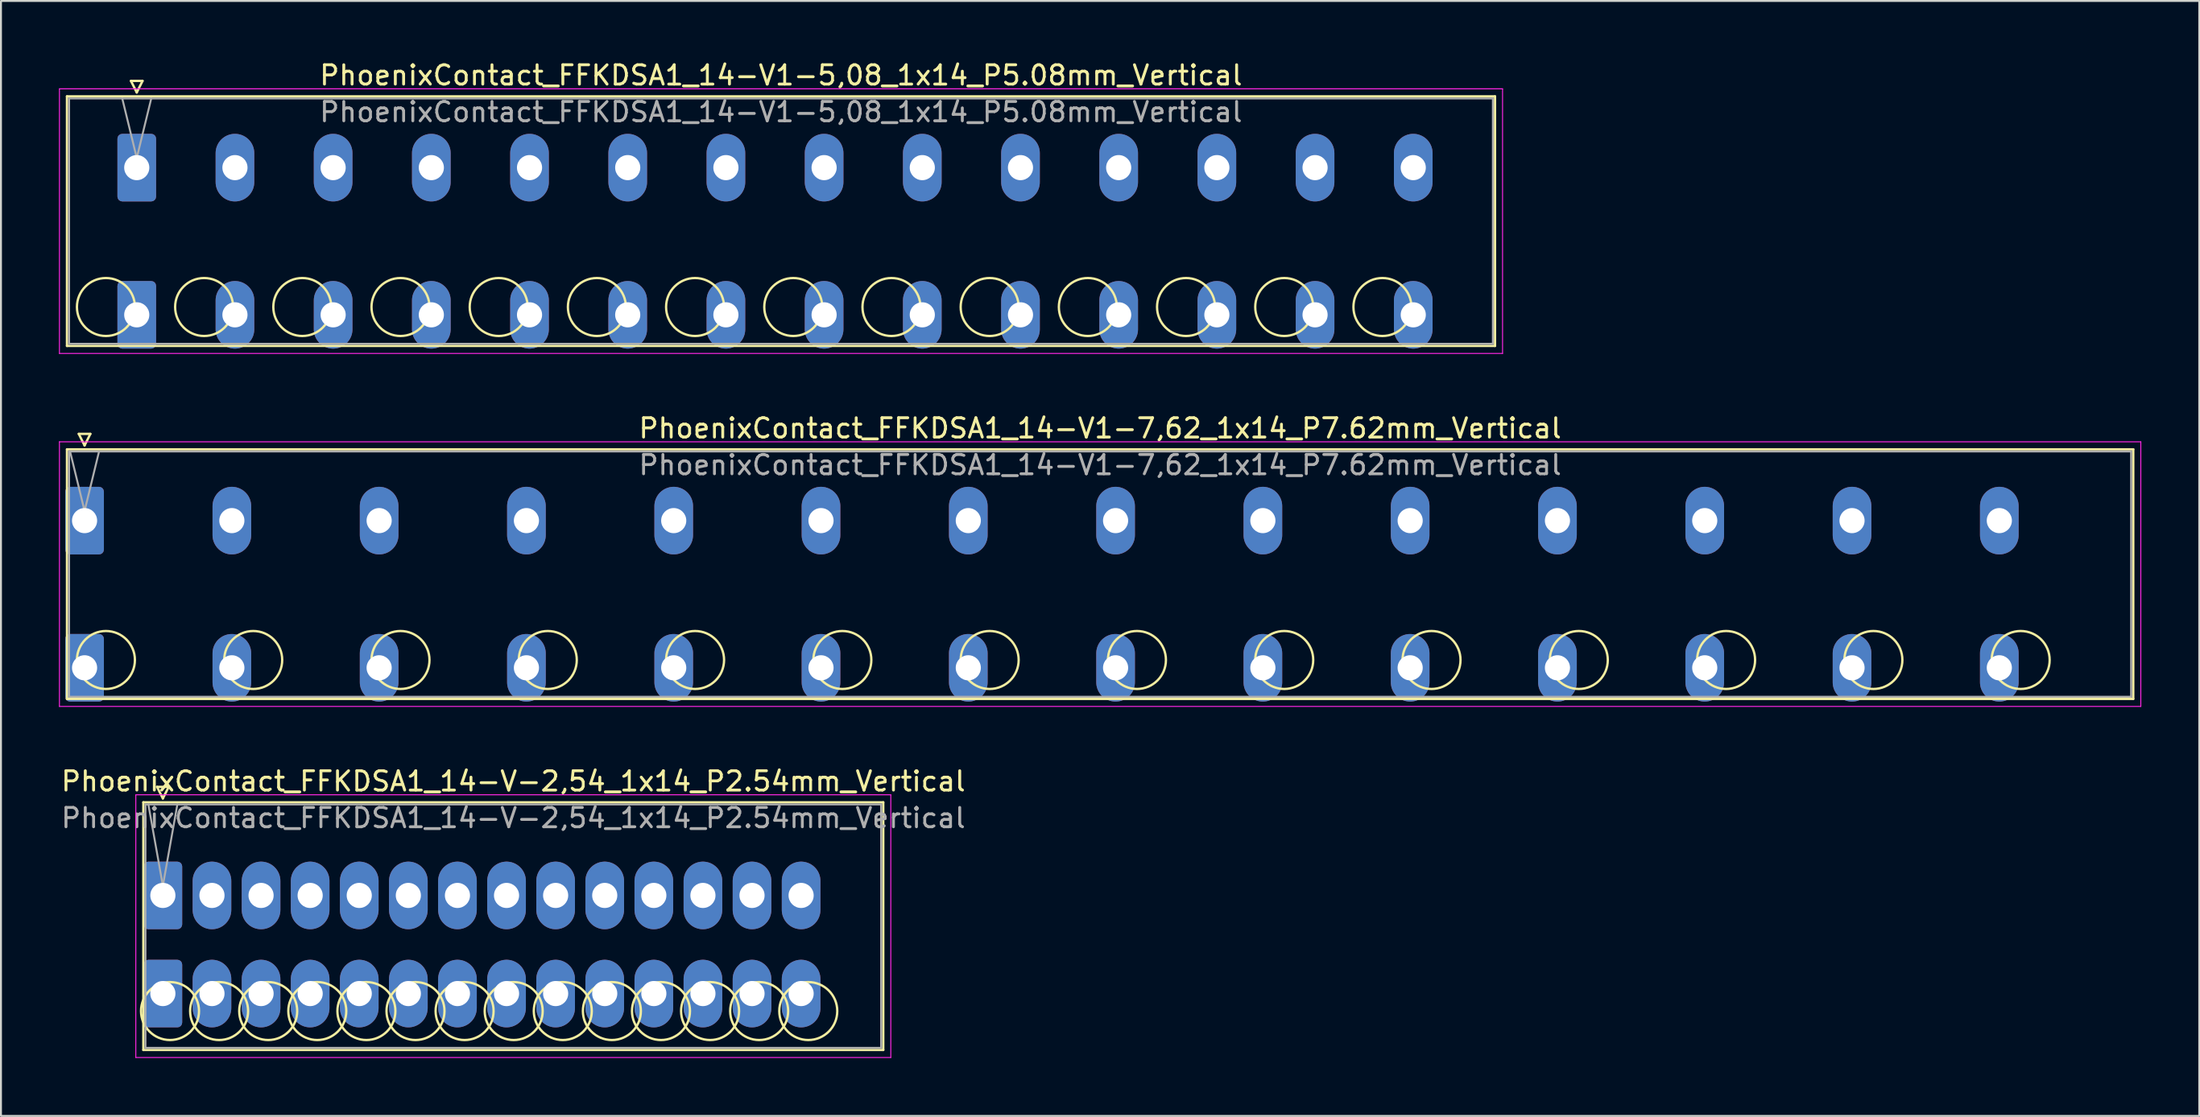
<source format=kicad_pcb>
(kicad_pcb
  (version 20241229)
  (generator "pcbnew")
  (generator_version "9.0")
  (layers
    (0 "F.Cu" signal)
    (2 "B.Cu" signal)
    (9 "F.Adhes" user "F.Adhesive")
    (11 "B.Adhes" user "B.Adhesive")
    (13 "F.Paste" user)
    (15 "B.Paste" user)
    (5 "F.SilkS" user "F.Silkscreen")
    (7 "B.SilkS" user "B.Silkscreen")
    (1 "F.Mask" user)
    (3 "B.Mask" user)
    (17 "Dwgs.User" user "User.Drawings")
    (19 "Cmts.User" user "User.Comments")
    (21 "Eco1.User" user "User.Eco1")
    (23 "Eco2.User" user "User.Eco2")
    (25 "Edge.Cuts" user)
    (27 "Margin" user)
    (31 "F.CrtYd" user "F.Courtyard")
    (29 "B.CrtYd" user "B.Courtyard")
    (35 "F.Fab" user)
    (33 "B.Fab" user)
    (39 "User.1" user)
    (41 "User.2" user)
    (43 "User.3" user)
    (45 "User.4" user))
  (footprint "PhoenixContact_FFKDSA1_14-V1-5,08_1x14_P5.08mm_Vertical"
    (layer "F.Cu")
    (at 4.025 5.628)
    (property "Reference" "PhoenixContact_FFKDSA1_14-V1-5,08_1x14_P5.08mm_Vertical" (at 33.33 -4.78 0) (layer "F.SilkS") (effects (font (size 1 1) (thickness 0.15))))
    (attr through_hole)
    (fp_line (start -3.61 -3.69) (end -3.61 9.23) (stroke (width 0.12) (type solid)) (layer "F.SilkS"))
    (fp_line (start -3.61 9.23) (end 70.27 9.23) (stroke (width 0.12) (type solid)) (layer "F.SilkS"))
    (fp_line (start -0.3 -4.49) (end 0.3 -4.49) (stroke (width 0.12) (type solid)) (layer "F.SilkS"))
    (fp_line (start 0 -3.89) (end -0.3 -4.49) (stroke (width 0.12) (type solid)) (layer "F.SilkS"))
    (fp_line (start 0.3 -4.49) (end 0 -3.89) (stroke (width 0.12) (type solid)) (layer "F.SilkS"))
    (fp_line (start 70.27 -3.69) (end -3.61 -3.69) (stroke (width 0.12) (type solid)) (layer "F.SilkS"))
    (fp_line (start 70.27 9.23) (end 70.27 -3.69) (stroke (width 0.12) (type solid)) (layer "F.SilkS"))
    (fp_circle (center -1.595 7.215) (end -0.095 7.215) (stroke (width 0.12) (type solid)) (fill no) (layer "F.SilkS"))
    (fp_circle (center 3.485 7.215) (end 4.985 7.215) (stroke (width 0.12) (type solid)) (fill no) (layer "F.SilkS"))
    (fp_circle (center 8.565 7.215) (end 10.065 7.215) (stroke (width 0.12) (type solid)) (fill no) (layer "F.SilkS"))
    (fp_circle (center 13.645 7.215) (end 15.145 7.215) (stroke (width 0.12) (type solid)) (fill no) (layer "F.SilkS"))
    (fp_circle (center 18.725 7.215) (end 20.225 7.215) (stroke (width 0.12) (type solid)) (fill no) (layer "F.SilkS"))
    (fp_circle (center 23.805 7.215) (end 25.305 7.215) (stroke (width 0.12) (type solid)) (fill no) (layer "F.SilkS"))
    (fp_circle (center 28.885 7.215) (end 30.385 7.215) (stroke (width 0.12) (type solid)) (fill no) (layer "F.SilkS"))
    (fp_circle (center 33.965 7.215) (end 35.465 7.215) (stroke (width 0.12) (type solid)) (fill no) (layer "F.SilkS"))
    (fp_circle (center 39.045 7.215) (end 40.545 7.215) (stroke (width 0.12) (type solid)) (fill no) (layer "F.SilkS"))
    (fp_circle (center 44.125 7.215) (end 45.625 7.215) (stroke (width 0.12) (type solid)) (fill no) (layer "F.SilkS"))
    (fp_circle (center 49.205 7.215) (end 50.705 7.215) (stroke (width 0.12) (type solid)) (fill no) (layer "F.SilkS"))
    (fp_circle (center 54.285 7.215) (end 55.785 7.215) (stroke (width 0.12) (type solid)) (fill no) (layer "F.SilkS"))
    (fp_circle (center 59.365 7.215) (end 60.865 7.215) (stroke (width 0.12) (type solid)) (fill no) (layer "F.SilkS"))
    (fp_circle (center 64.445 7.215) (end 65.945 7.215) (stroke (width 0.12) (type solid)) (fill no) (layer "F.SilkS"))
    (fp_line (start -4 -4.08) (end -4 9.62) (stroke (width 0.05) (type solid)) (layer "F.CrtYd"))
    (fp_line (start -4 9.62) (end 70.66 9.62) (stroke (width 0.05) (type solid)) (layer "F.CrtYd"))
    (fp_line (start 70.66 -4.08) (end -4 -4.08) (stroke (width 0.05) (type solid)) (layer "F.CrtYd"))
    (fp_line (start 70.66 9.62) (end 70.66 -4.08) (stroke (width 0.05) (type solid)) (layer "F.CrtYd"))
    (fp_line (start -3.5 -3.58) (end -3.5 9.12) (stroke (width 0.1) (type solid)) (layer "F.Fab"))
    (fp_line (start -3.5 9.12) (end 70.16 9.12) (stroke (width 0.1) (type solid)) (layer "F.Fab"))
    (fp_line (start 0 -0.5) (end -0.75 -3.58) (stroke (width 0.1) (type solid)) (layer "F.Fab"))
    (fp_line (start 0.75 -3.58) (end 0 -0.5) (stroke (width 0.1) (type solid)) (layer "F.Fab"))
    (fp_line (start 70.16 -3.58) (end -3.5 -3.58) (stroke (width 0.1) (type solid)) (layer "F.Fab"))
    (fp_line (start 70.16 9.12) (end 70.16 -3.58) (stroke (width 0.1) (type solid)) (layer "F.Fab"))
    (fp_text user "${REFERENCE}" (at 33.33 -2.88 0) (layer "F.Fab") (effects (font (size 1 1) (thickness 0.15))))
    (pad "1" thru_hole roundrect (at 0 0) (size 2 3.5) (drill 1.3) (layers "*.Cu" "*.Mask") (roundrect_rratio 0.125))
    (pad "1" thru_hole roundrect (at 0 7.62) (size 2 3.5) (drill 1.3) (layers "*.Cu" "*.Mask") (roundrect_rratio 0.125))
    (pad "2" thru_hole oval (at 5.08 0) (size 2 3.5) (drill 1.3) (layers "*.Cu" "*.Mask"))
    (pad "2" thru_hole oval (at 5.08 7.62) (size 2 3.5) (drill 1.3) (layers "*.Cu" "*.Mask"))
    (pad "3" thru_hole oval (at 10.16 0) (size 2 3.5) (drill 1.3) (layers "*.Cu" "*.Mask"))
    (pad "3" thru_hole oval (at 10.16 7.62) (size 2 3.5) (drill 1.3) (layers "*.Cu" "*.Mask"))
    (pad "4" thru_hole oval (at 15.24 0) (size 2 3.5) (drill 1.3) (layers "*.Cu" "*.Mask"))
    (pad "4" thru_hole oval (at 15.24 7.62) (size 2 3.5) (drill 1.3) (layers "*.Cu" "*.Mask"))
    (pad "5" thru_hole oval (at 20.32 0) (size 2 3.5) (drill 1.3) (layers "*.Cu" "*.Mask"))
    (pad "5" thru_hole oval (at 20.32 7.62) (size 2 3.5) (drill 1.3) (layers "*.Cu" "*.Mask"))
    (pad "6" thru_hole oval (at 25.4 0) (size 2 3.5) (drill 1.3) (layers "*.Cu" "*.Mask"))
    (pad "6" thru_hole oval (at 25.4 7.62) (size 2 3.5) (drill 1.3) (layers "*.Cu" "*.Mask"))
    (pad "7" thru_hole oval (at 30.48 0) (size 2 3.5) (drill 1.3) (layers "*.Cu" "*.Mask"))
    (pad "7" thru_hole oval (at 30.48 7.62) (size 2 3.5) (drill 1.3) (layers "*.Cu" "*.Mask"))
    (pad "8" thru_hole oval (at 35.56 0) (size 2 3.5) (drill 1.3) (layers "*.Cu" "*.Mask"))
    (pad "8" thru_hole oval (at 35.56 7.62) (size 2 3.5) (drill 1.3) (layers "*.Cu" "*.Mask"))
    (pad "9" thru_hole oval (at 40.64 0) (size 2 3.5) (drill 1.3) (layers "*.Cu" "*.Mask"))
    (pad "9" thru_hole oval (at 40.64 7.62) (size 2 3.5) (drill 1.3) (layers "*.Cu" "*.Mask"))
    (pad "10" thru_hole oval (at 45.72 0) (size 2 3.5) (drill 1.3) (layers "*.Cu" "*.Mask"))
    (pad "10" thru_hole oval (at 45.72 7.62) (size 2 3.5) (drill 1.3) (layers "*.Cu" "*.Mask"))
    (pad "11" thru_hole oval (at 50.8 0) (size 2 3.5) (drill 1.3) (layers "*.Cu" "*.Mask"))
    (pad "11" thru_hole oval (at 50.8 7.62) (size 2 3.5) (drill 1.3) (layers "*.Cu" "*.Mask"))
    (pad "12" thru_hole oval (at 55.88 0) (size 2 3.5) (drill 1.3) (layers "*.Cu" "*.Mask"))
    (pad "12" thru_hole oval (at 55.88 7.62) (size 2 3.5) (drill 1.3) (layers "*.Cu" "*.Mask"))
    (pad "13" thru_hole oval (at 60.96 0) (size 2 3.5) (drill 1.3) (layers "*.Cu" "*.Mask"))
    (pad "13" thru_hole oval (at 60.96 7.62) (size 2 3.5) (drill 1.3) (layers "*.Cu" "*.Mask"))
    (pad "14" thru_hole oval (at 66.04 0) (size 2 3.5) (drill 1.3) (layers "*.Cu" "*.Mask"))
    (pad "14" thru_hole oval (at 66.04 7.62) (size 2 3.5) (drill 1.3) (layers "*.Cu" "*.Mask")))
  (footprint "PhoenixContact_FFKDSA1_14-V1-7,62_1x14_P7.62mm_Vertical"
    (layer "F.Cu")
    (at 1.325 23.901)
    (property "Reference" "PhoenixContact_FFKDSA1_14-V1-7,62_1x14_P7.62mm_Vertical" (at 52.54 -4.78 0) (layer "F.SilkS") (effects (font (size 1 1) (thickness 0.15))))
    (attr through_hole)
    (fp_line (start -0.91 -3.69) (end -0.91 9.23) (stroke (width 0.12) (type solid)) (layer "F.SilkS"))
    (fp_line (start -0.91 9.23) (end 105.99 9.23) (stroke (width 0.12) (type solid)) (layer "F.SilkS"))
    (fp_line (start -0.3 -4.49) (end 0.3 -4.49) (stroke (width 0.12) (type solid)) (layer "F.SilkS"))
    (fp_line (start 0 -3.89) (end -0.3 -4.49) (stroke (width 0.12) (type solid)) (layer "F.SilkS"))
    (fp_line (start 0.3 -4.49) (end 0 -3.89) (stroke (width 0.12) (type solid)) (layer "F.SilkS"))
    (fp_line (start 105.99 -3.69) (end -0.91 -3.69) (stroke (width 0.12) (type solid)) (layer "F.SilkS"))
    (fp_line (start 105.99 9.23) (end 105.99 -3.69) (stroke (width 0.12) (type solid)) (layer "F.SilkS"))
    (fp_circle (center 1.105 7.215) (end 2.605 7.215) (stroke (width 0.12) (type solid)) (fill no) (layer "F.SilkS"))
    (fp_circle (center 8.725 7.215) (end 10.225 7.215) (stroke (width 0.12) (type solid)) (fill no) (layer "F.SilkS"))
    (fp_circle (center 16.345 7.215) (end 17.845 7.215) (stroke (width 0.12) (type solid)) (fill no) (layer "F.SilkS"))
    (fp_circle (center 23.965 7.215) (end 25.465 7.215) (stroke (width 0.12) (type solid)) (fill no) (layer "F.SilkS"))
    (fp_circle (center 31.585 7.215) (end 33.085 7.215) (stroke (width 0.12) (type solid)) (fill no) (layer "F.SilkS"))
    (fp_circle (center 39.205 7.215) (end 40.705 7.215) (stroke (width 0.12) (type solid)) (fill no) (layer "F.SilkS"))
    (fp_circle (center 46.825 7.215) (end 48.325 7.215) (stroke (width 0.12) (type solid)) (fill no) (layer "F.SilkS"))
    (fp_circle (center 54.445 7.215) (end 55.945 7.215) (stroke (width 0.12) (type solid)) (fill no) (layer "F.SilkS"))
    (fp_circle (center 62.065 7.215) (end 63.565 7.215) (stroke (width 0.12) (type solid)) (fill no) (layer "F.SilkS"))
    (fp_circle (center 69.685 7.215) (end 71.185 7.215) (stroke (width 0.12) (type solid)) (fill no) (layer "F.SilkS"))
    (fp_circle (center 77.305 7.215) (end 78.805 7.215) (stroke (width 0.12) (type solid)) (fill no) (layer "F.SilkS"))
    (fp_circle (center 84.925 7.215) (end 86.425 7.215) (stroke (width 0.12) (type solid)) (fill no) (layer "F.SilkS"))
    (fp_circle (center 92.545 7.215) (end 94.045 7.215) (stroke (width 0.12) (type solid)) (fill no) (layer "F.SilkS"))
    (fp_circle (center 100.165 7.215) (end 101.665 7.215) (stroke (width 0.12) (type solid)) (fill no) (layer "F.SilkS"))
    (fp_line (start -1.3 -4.08) (end -1.3 9.62) (stroke (width 0.05) (type solid)) (layer "F.CrtYd"))
    (fp_line (start -1.3 9.62) (end 106.38 9.62) (stroke (width 0.05) (type solid)) (layer "F.CrtYd"))
    (fp_line (start 106.38 -4.08) (end -1.3 -4.08) (stroke (width 0.05) (type solid)) (layer "F.CrtYd"))
    (fp_line (start 106.38 9.62) (end 106.38 -4.08) (stroke (width 0.05) (type solid)) (layer "F.CrtYd"))
    (fp_line (start -0.8 -3.58) (end -0.8 9.12) (stroke (width 0.1) (type solid)) (layer "F.Fab"))
    (fp_line (start -0.8 9.12) (end 105.88 9.12) (stroke (width 0.1) (type solid)) (layer "F.Fab"))
    (fp_line (start 0 -0.5) (end -0.75 -3.58) (stroke (width 0.1) (type solid)) (layer "F.Fab"))
    (fp_line (start 0.75 -3.58) (end 0 -0.5) (stroke (width 0.1) (type solid)) (layer "F.Fab"))
    (fp_line (start 105.88 -3.58) (end -0.8 -3.58) (stroke (width 0.1) (type solid)) (layer "F.Fab"))
    (fp_line (start 105.88 9.12) (end 105.88 -3.58) (stroke (width 0.1) (type solid)) (layer "F.Fab"))
    (fp_text user "${REFERENCE}" (at 52.54 -2.88 0) (layer "F.Fab") (effects (font (size 1 1) (thickness 0.15))))
    (pad "1" thru_hole roundrect (at 0 0) (size 2 3.5) (drill 1.3) (layers "*.Cu" "*.Mask") (roundrect_rratio 0.125))
    (pad "1" thru_hole roundrect (at 0 7.62) (size 2 3.5) (drill 1.3) (layers "*.Cu" "*.Mask") (roundrect_rratio 0.125))
    (pad "2" thru_hole oval (at 7.62 0) (size 2 3.5) (drill 1.3) (layers "*.Cu" "*.Mask"))
    (pad "2" thru_hole oval (at 7.62 7.62) (size 2 3.5) (drill 1.3) (layers "*.Cu" "*.Mask"))
    (pad "3" thru_hole oval (at 15.24 0) (size 2 3.5) (drill 1.3) (layers "*.Cu" "*.Mask"))
    (pad "3" thru_hole oval (at 15.24 7.62) (size 2 3.5) (drill 1.3) (layers "*.Cu" "*.Mask"))
    (pad "4" thru_hole oval (at 22.86 0) (size 2 3.5) (drill 1.3) (layers "*.Cu" "*.Mask"))
    (pad "4" thru_hole oval (at 22.86 7.62) (size 2 3.5) (drill 1.3) (layers "*.Cu" "*.Mask"))
    (pad "5" thru_hole oval (at 30.48 0) (size 2 3.5) (drill 1.3) (layers "*.Cu" "*.Mask"))
    (pad "5" thru_hole oval (at 30.48 7.62) (size 2 3.5) (drill 1.3) (layers "*.Cu" "*.Mask"))
    (pad "6" thru_hole oval (at 38.1 0) (size 2 3.5) (drill 1.3) (layers "*.Cu" "*.Mask"))
    (pad "6" thru_hole oval (at 38.1 7.62) (size 2 3.5) (drill 1.3) (layers "*.Cu" "*.Mask"))
    (pad "7" thru_hole oval (at 45.72 0) (size 2 3.5) (drill 1.3) (layers "*.Cu" "*.Mask"))
    (pad "7" thru_hole oval (at 45.72 7.62) (size 2 3.5) (drill 1.3) (layers "*.Cu" "*.Mask"))
    (pad "8" thru_hole oval (at 53.34 0) (size 2 3.5) (drill 1.3) (layers "*.Cu" "*.Mask"))
    (pad "8" thru_hole oval (at 53.34 7.62) (size 2 3.5) (drill 1.3) (layers "*.Cu" "*.Mask"))
    (pad "9" thru_hole oval (at 60.96 0) (size 2 3.5) (drill 1.3) (layers "*.Cu" "*.Mask"))
    (pad "9" thru_hole oval (at 60.96 7.62) (size 2 3.5) (drill 1.3) (layers "*.Cu" "*.Mask"))
    (pad "10" thru_hole oval (at 68.58 0) (size 2 3.5) (drill 1.3) (layers "*.Cu" "*.Mask"))
    (pad "10" thru_hole oval (at 68.58 7.62) (size 2 3.5) (drill 1.3) (layers "*.Cu" "*.Mask"))
    (pad "11" thru_hole oval (at 76.2 0) (size 2 3.5) (drill 1.3) (layers "*.Cu" "*.Mask"))
    (pad "11" thru_hole oval (at 76.2 7.62) (size 2 3.5) (drill 1.3) (layers "*.Cu" "*.Mask"))
    (pad "12" thru_hole oval (at 83.82 0) (size 2 3.5) (drill 1.3) (layers "*.Cu" "*.Mask"))
    (pad "12" thru_hole oval (at 83.82 7.62) (size 2 3.5) (drill 1.3) (layers "*.Cu" "*.Mask"))
    (pad "13" thru_hole oval (at 91.44 0) (size 2 3.5) (drill 1.3) (layers "*.Cu" "*.Mask"))
    (pad "13" thru_hole oval (at 91.44 7.62) (size 2 3.5) (drill 1.3) (layers "*.Cu" "*.Mask"))
    (pad "14" thru_hole oval (at 99.06 0) (size 2 3.5) (drill 1.3) (layers "*.Cu" "*.Mask"))
    (pad "14" thru_hole oval (at 99.06 7.62) (size 2 3.5) (drill 1.3) (layers "*.Cu" "*.Mask")))
  (footprint "PhoenixContact_FFKDSA1_14-V-2,54_1x14_P2.54mm_Vertical"
    (layer "F.Cu")
    (at 5.376 43.305)
    (property "Reference" "PhoenixContact_FFKDSA1_14-V-2,54_1x14_P2.54mm_Vertical" (at 18.13 -5.91 0) (layer "F.SilkS") (effects (font (size 1 1) (thickness 0.15))))
    (attr through_hole)
    (fp_line (start -1.01 -4.82) (end -1.01 8) (stroke (width 0.12) (type solid)) (layer "F.SilkS"))
    (fp_line (start -1.01 8) (end 37.27 8) (stroke (width 0.12) (type solid)) (layer "F.SilkS"))
    (fp_line (start -0.3 -5.62) (end 0.3 -5.62) (stroke (width 0.12) (type solid)) (layer "F.SilkS"))
    (fp_line (start 0 -5.02) (end -0.3 -5.62) (stroke (width 0.12) (type solid)) (layer "F.SilkS"))
    (fp_line (start 0.3 -5.62) (end 0 -5.02) (stroke (width 0.12) (type solid)) (layer "F.SilkS"))
    (fp_line (start 37.27 -4.82) (end -1.01 -4.82) (stroke (width 0.12) (type solid)) (layer "F.SilkS"))
    (fp_line (start 37.27 8) (end 37.27 -4.82) (stroke (width 0.12) (type solid)) (layer "F.SilkS"))
    (fp_circle (center 0.37 5.985) (end 1.87 5.985) (stroke (width 0.12) (type solid)) (fill no) (layer "F.SilkS"))
    (fp_circle (center 2.91 5.985) (end 4.41 5.985) (stroke (width 0.12) (type solid)) (fill no) (layer "F.SilkS"))
    (fp_circle (center 5.45 5.985) (end 6.95 5.985) (stroke (width 0.12) (type solid)) (fill no) (layer "F.SilkS"))
    (fp_circle (center 7.99 5.985) (end 9.49 5.985) (stroke (width 0.12) (type solid)) (fill no) (layer "F.SilkS"))
    (fp_circle (center 10.53 5.985) (end 12.03 5.985) (stroke (width 0.12) (type solid)) (fill no) (layer "F.SilkS"))
    (fp_circle (center 13.07 5.985) (end 14.57 5.985) (stroke (width 0.12) (type solid)) (fill no) (layer "F.SilkS"))
    (fp_circle (center 15.61 5.985) (end 17.11 5.985) (stroke (width 0.12) (type solid)) (fill no) (layer "F.SilkS"))
    (fp_circle (center 18.15 5.985) (end 19.65 5.985) (stroke (width 0.12) (type solid)) (fill no) (layer "F.SilkS"))
    (fp_circle (center 20.69 5.985) (end 22.19 5.985) (stroke (width 0.12) (type solid)) (fill no) (layer "F.SilkS"))
    (fp_circle (center 23.23 5.985) (end 24.73 5.985) (stroke (width 0.12) (type solid)) (fill no) (layer "F.SilkS"))
    (fp_circle (center 25.77 5.985) (end 27.27 5.985) (stroke (width 0.12) (type solid)) (fill no) (layer "F.SilkS"))
    (fp_circle (center 28.31 5.985) (end 29.81 5.985) (stroke (width 0.12) (type solid)) (fill no) (layer "F.SilkS"))
    (fp_circle (center 30.85 5.985) (end 32.35 5.985) (stroke (width 0.12) (type solid)) (fill no) (layer "F.SilkS"))
    (fp_circle (center 33.39 5.985) (end 34.89 5.985) (stroke (width 0.12) (type solid)) (fill no) (layer "F.SilkS"))
    (fp_line (start -1.4 -5.21) (end -1.4 8.39) (stroke (width 0.05) (type solid)) (layer "F.CrtYd"))
    (fp_line (start -1.4 8.39) (end 37.66 8.39) (stroke (width 0.05) (type solid)) (layer "F.CrtYd"))
    (fp_line (start 37.66 -5.21) (end -1.4 -5.21) (stroke (width 0.05) (type solid)) (layer "F.CrtYd"))
    (fp_line (start 37.66 8.39) (end 37.66 -5.21) (stroke (width 0.05) (type solid)) (layer "F.CrtYd"))
    (fp_line (start -0.9 -4.71) (end -0.9 7.89) (stroke (width 0.1) (type solid)) (layer "F.Fab"))
    (fp_line (start -0.9 7.89) (end 37.16 7.89) (stroke (width 0.1) (type solid)) (layer "F.Fab"))
    (fp_line (start 0 -0.5) (end -0.75 -4.71) (stroke (width 0.1) (type solid)) (layer "F.Fab"))
    (fp_line (start 0.75 -4.71) (end 0 -0.5) (stroke (width 0.1) (type solid)) (layer "F.Fab"))
    (fp_line (start 37.16 -4.71) (end -0.9 -4.71) (stroke (width 0.1) (type solid)) (layer "F.Fab"))
    (fp_line (start 37.16 7.89) (end 37.16 -4.71) (stroke (width 0.1) (type solid)) (layer "F.Fab"))
    (fp_text user "${REFERENCE}" (at 18.13 -4.01 0) (layer "F.Fab") (effects (font (size 1 1) (thickness 0.15))))
    (pad "1" thru_hole roundrect (at 0 0) (size 2 3.5) (drill 1.3) (layers "*.Cu" "*.Mask") (roundrect_rratio 0.125))
    (pad "1" thru_hole roundrect (at 0 5.08) (size 2 3.5) (drill 1.3) (layers "*.Cu" "*.Mask") (roundrect_rratio 0.125))
    (pad "2" thru_hole oval (at 2.54 0) (size 2 3.5) (drill 1.3) (layers "*.Cu" "*.Mask"))
    (pad "2" thru_hole oval (at 2.54 5.08) (size 2 3.5) (drill 1.3) (layers "*.Cu" "*.Mask"))
    (pad "3" thru_hole oval (at 5.08 0) (size 2 3.5) (drill 1.3) (layers "*.Cu" "*.Mask"))
    (pad "3" thru_hole oval (at 5.08 5.08) (size 2 3.5) (drill 1.3) (layers "*.Cu" "*.Mask"))
    (pad "4" thru_hole oval (at 7.62 0) (size 2 3.5) (drill 1.3) (layers "*.Cu" "*.Mask"))
    (pad "4" thru_hole oval (at 7.62 5.08) (size 2 3.5) (drill 1.3) (layers "*.Cu" "*.Mask"))
    (pad "5" thru_hole oval (at 10.16 0) (size 2 3.5) (drill 1.3) (layers "*.Cu" "*.Mask"))
    (pad "5" thru_hole oval (at 10.16 5.08) (size 2 3.5) (drill 1.3) (layers "*.Cu" "*.Mask"))
    (pad "6" thru_hole oval (at 12.7 0) (size 2 3.5) (drill 1.3) (layers "*.Cu" "*.Mask"))
    (pad "6" thru_hole oval (at 12.7 5.08) (size 2 3.5) (drill 1.3) (layers "*.Cu" "*.Mask"))
    (pad "7" thru_hole oval (at 15.24 0) (size 2 3.5) (drill 1.3) (layers "*.Cu" "*.Mask"))
    (pad "7" thru_hole oval (at 15.24 5.08) (size 2 3.5) (drill 1.3) (layers "*.Cu" "*.Mask"))
    (pad "8" thru_hole oval (at 17.78 0) (size 2 3.5) (drill 1.3) (layers "*.Cu" "*.Mask"))
    (pad "8" thru_hole oval (at 17.78 5.08) (size 2 3.5) (drill 1.3) (layers "*.Cu" "*.Mask"))
    (pad "9" thru_hole oval (at 20.32 0) (size 2 3.5) (drill 1.3) (layers "*.Cu" "*.Mask"))
    (pad "9" thru_hole oval (at 20.32 5.08) (size 2 3.5) (drill 1.3) (layers "*.Cu" "*.Mask"))
    (pad "10" thru_hole oval (at 22.86 0) (size 2 3.5) (drill 1.3) (layers "*.Cu" "*.Mask"))
    (pad "10" thru_hole oval (at 22.86 5.08) (size 2 3.5) (drill 1.3) (layers "*.Cu" "*.Mask"))
    (pad "11" thru_hole oval (at 25.4 0) (size 2 3.5) (drill 1.3) (layers "*.Cu" "*.Mask"))
    (pad "11" thru_hole oval (at 25.4 5.08) (size 2 3.5) (drill 1.3) (layers "*.Cu" "*.Mask"))
    (pad "12" thru_hole oval (at 27.94 0) (size 2 3.5) (drill 1.3) (layers "*.Cu" "*.Mask"))
    (pad "12" thru_hole oval (at 27.94 5.08) (size 2 3.5) (drill 1.3) (layers "*.Cu" "*.Mask"))
    (pad "13" thru_hole oval (at 30.48 0) (size 2 3.5) (drill 1.3) (layers "*.Cu" "*.Mask"))
    (pad "13" thru_hole oval (at 30.48 5.08) (size 2 3.5) (drill 1.3) (layers "*.Cu" "*.Mask"))
    (pad "14" thru_hole oval (at 33.02 0) (size 2 3.5) (drill 1.3) (layers "*.Cu" "*.Mask"))
    (pad "14" thru_hole oval (at 33.02 5.08) (size 2 3.5) (drill 1.3) (layers "*.Cu" "*.Mask")))
  (gr_rect
    (start -3 -3)
    (end 110.73 54.72)
    (stroke (width 0.1) (type default))
    (fill no)
    (layer "Edge.Cuts")))
</source>
